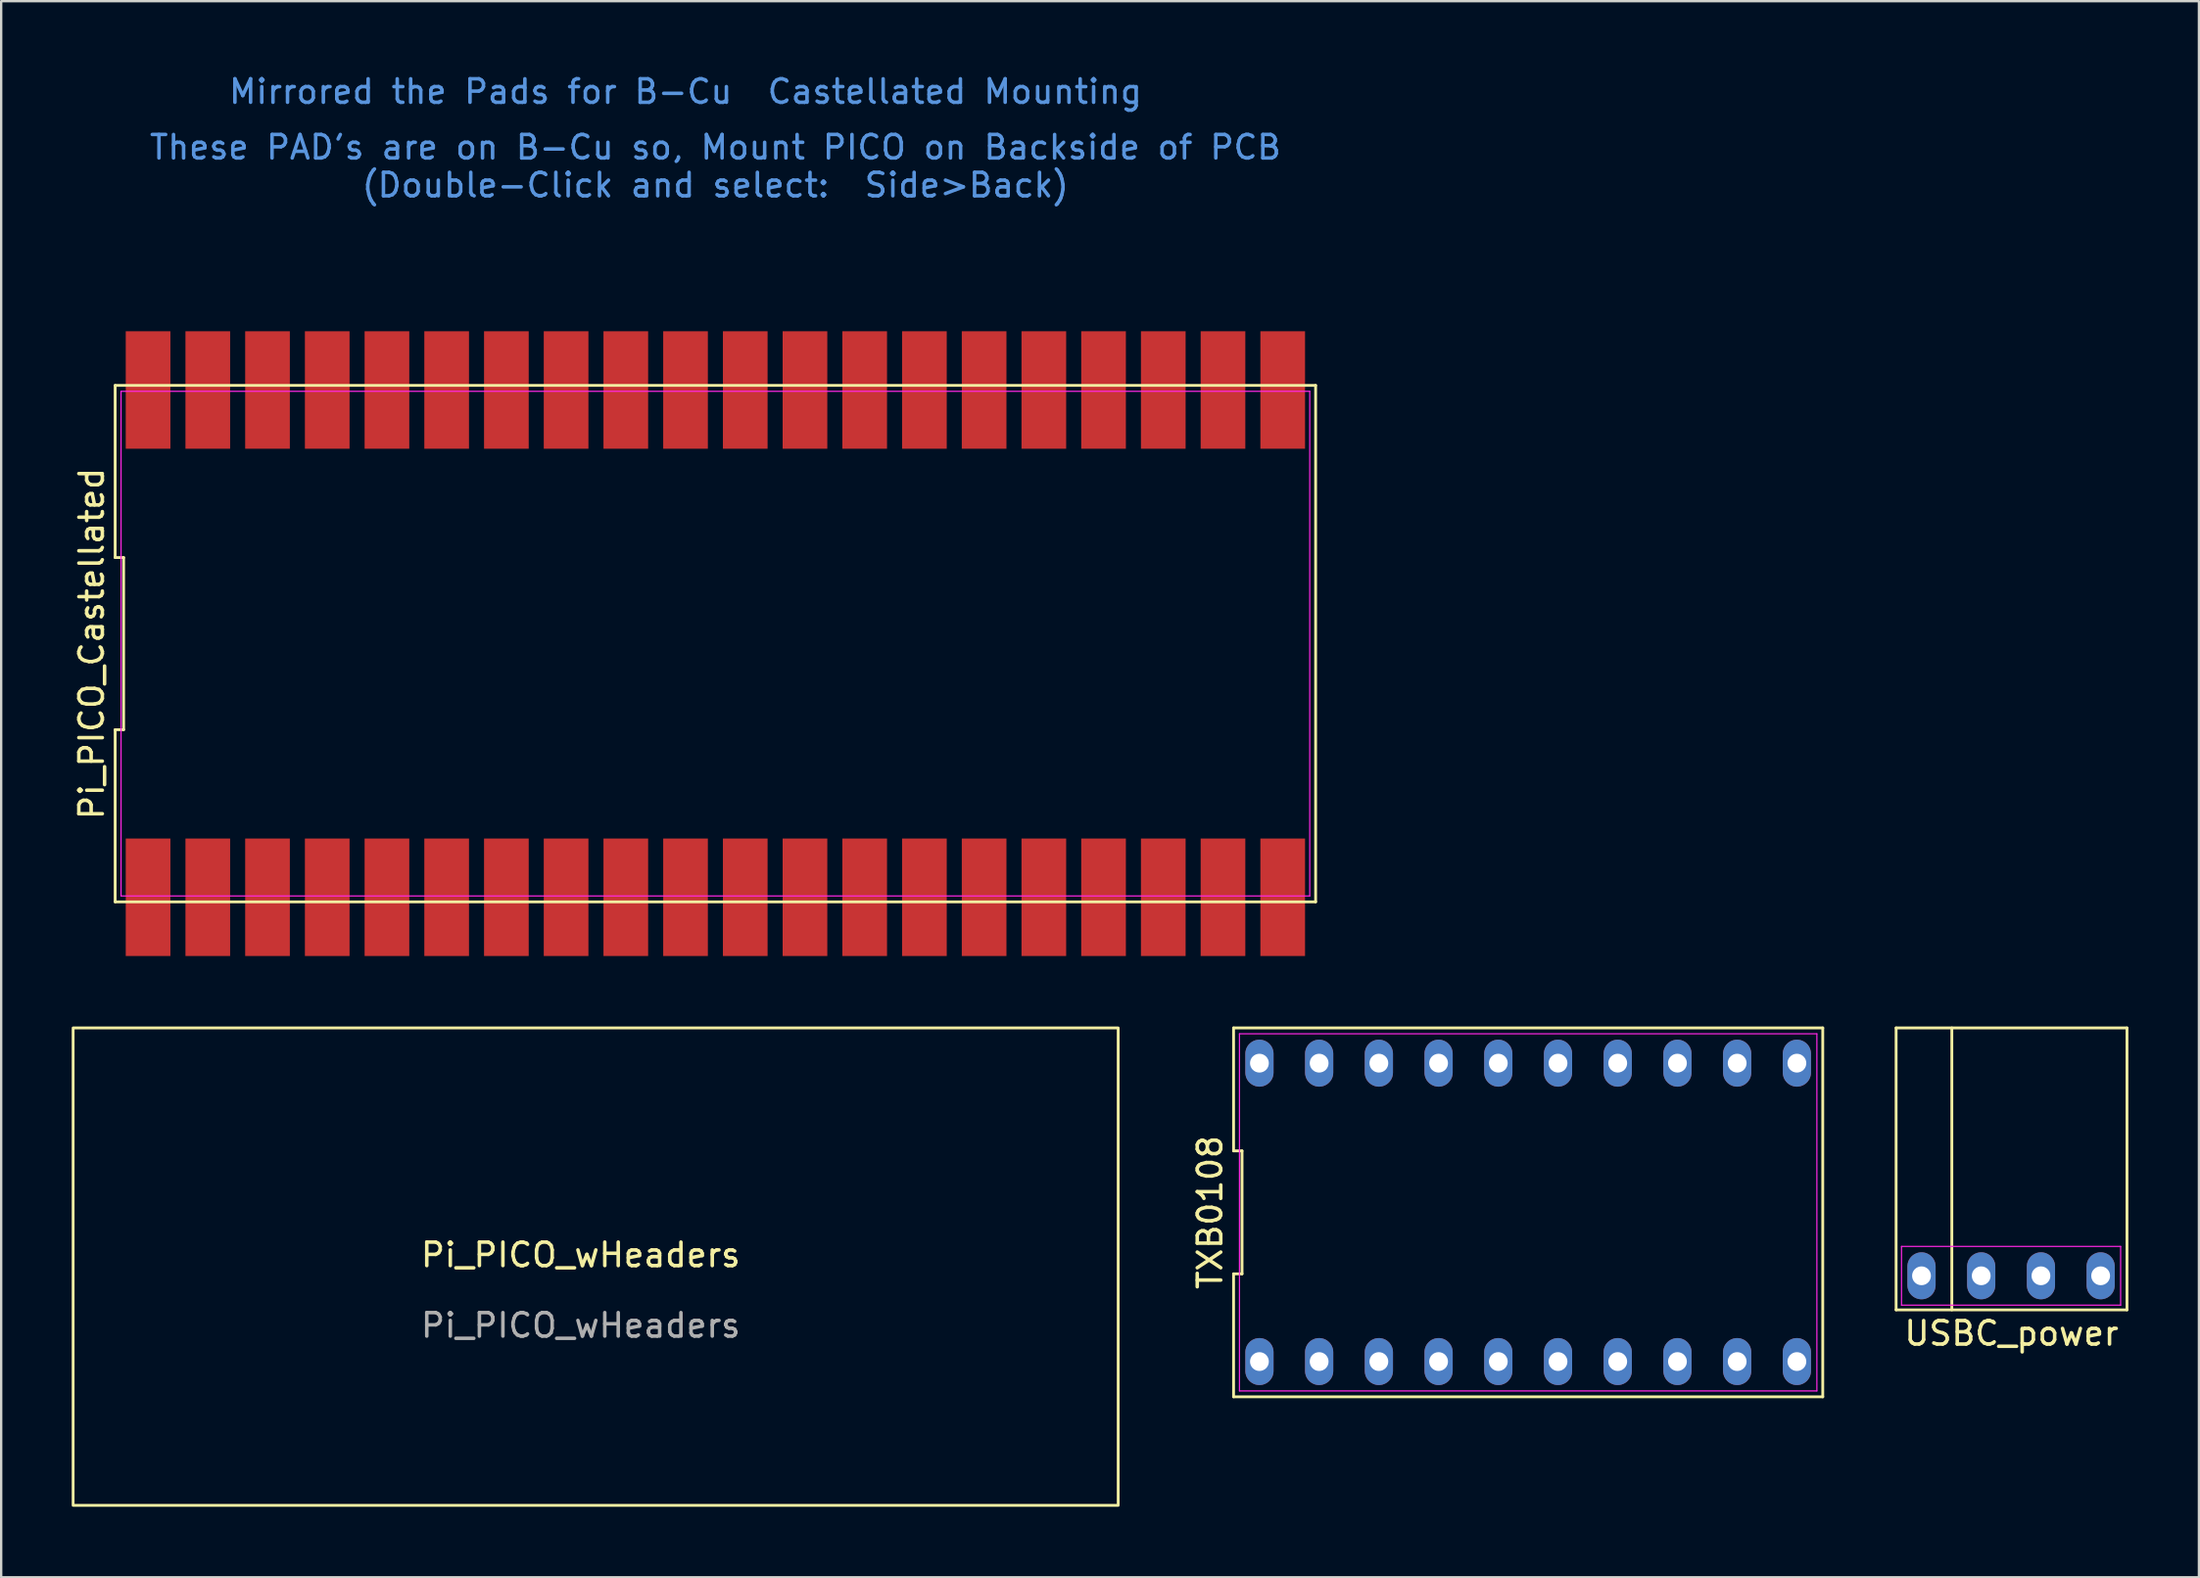
<source format=kicad_pcb>
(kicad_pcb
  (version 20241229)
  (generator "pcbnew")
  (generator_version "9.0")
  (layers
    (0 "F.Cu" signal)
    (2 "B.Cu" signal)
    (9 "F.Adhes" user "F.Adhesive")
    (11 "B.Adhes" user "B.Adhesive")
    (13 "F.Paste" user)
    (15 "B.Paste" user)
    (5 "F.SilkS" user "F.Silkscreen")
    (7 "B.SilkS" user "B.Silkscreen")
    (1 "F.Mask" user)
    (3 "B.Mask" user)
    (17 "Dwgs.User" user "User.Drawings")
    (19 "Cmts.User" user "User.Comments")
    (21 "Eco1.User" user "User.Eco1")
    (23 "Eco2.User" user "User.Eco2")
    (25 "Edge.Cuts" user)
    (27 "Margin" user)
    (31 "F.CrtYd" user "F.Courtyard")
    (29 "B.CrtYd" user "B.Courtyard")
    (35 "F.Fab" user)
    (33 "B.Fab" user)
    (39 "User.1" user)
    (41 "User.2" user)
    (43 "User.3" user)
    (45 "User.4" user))
  (footprint "TXB0108"
    (layer "F.Cu")
    (at 61.948 48.548)
    (property "Reference" "TXB0108" (at -13.53 0 90) (layer "F.SilkS") (effects (font (size 1 1) (thickness 0.15))))
    (attr through_hole)
    (fp_line (start -12.53 -7.85) (end -12.53 -2.617) (stroke (width 0.12) (type default)) (layer "F.SilkS"))
    (fp_line (start -12.53 -2.617) (end -12.17 -2.617) (stroke (width 0.12) (type default)) (layer "F.SilkS"))
    (fp_line (start -12.53 2.617) (end -12.53 7.85) (stroke (width 0.12) (type default)) (layer "F.SilkS"))
    (fp_line (start -12.53 7.85) (end 12.53 7.85) (stroke (width 0.12) (type default)) (layer "F.SilkS"))
    (fp_line (start -12.17 -2.617) (end -12.17 2.617) (stroke (width 0.12) (type default)) (layer "F.SilkS"))
    (fp_line (start -12.17 2.617) (end -12.53 2.617) (stroke (width 0.12) (type default)) (layer "F.SilkS"))
    (fp_line (start 12.53 -7.85) (end -12.53 -7.85) (stroke (width 0.12) (type default)) (layer "F.SilkS"))
    (fp_line (start 12.53 7.85) (end 12.53 -7.85) (stroke (width 0.12) (type default)) (layer "F.SilkS"))
    (fp_line (start -12.28 -7.6) (end 12.28 -7.6) (stroke (width 0.05) (type default)) (layer "F.CrtYd"))
    (fp_line (start -12.28 7.6) (end -12.28 -7.6) (stroke (width 0.05) (type default)) (layer "F.CrtYd"))
    (fp_line (start 12.28 -7.6) (end 12.28 7.6) (stroke (width 0.05) (type default)) (layer "F.CrtYd"))
    (fp_line (start 12.28 7.6) (end -12.28 7.6) (stroke (width 0.05) (type default)) (layer "F.CrtYd"))
    (pad "1" thru_hole oval (at -11.43 6.35) (size 1.2 2) (drill 0.8) (layers "*.Cu" "*.Mask"))
    (pad "2" thru_hole oval (at -8.89 6.35) (size 1.2 2) (drill 0.8) (layers "*.Cu" "*.Mask"))
    (pad "3" thru_hole oval (at -6.35 6.35) (size 1.2 2) (drill 0.8) (layers "*.Cu" "*.Mask"))
    (pad "4" thru_hole oval (at -3.81 6.35) (size 1.2 2) (drill 0.8) (layers "*.Cu" "*.Mask"))
    (pad "5" thru_hole oval (at -1.27 6.35) (size 1.2 2) (drill 0.8) (layers "*.Cu" "*.Mask"))
    (pad "6" thru_hole oval (at 1.27 6.35) (size 1.2 2) (drill 0.8) (layers "*.Cu" "*.Mask"))
    (pad "7" thru_hole oval (at 3.81 6.35) (size 1.2 2) (drill 0.8) (layers "*.Cu" "*.Mask"))
    (pad "8" thru_hole oval (at 6.35 6.35) (size 1.2 2) (drill 0.8) (layers "*.Cu" "*.Mask"))
    (pad "9" thru_hole oval (at 8.89 6.35) (size 1.2 2) (drill 0.8) (layers "*.Cu" "*.Mask"))
    (pad "10" thru_hole oval (at 11.43 6.35) (size 1.2 2) (drill 0.8) (layers "*.Cu" "*.Mask"))
    (pad "11" thru_hole oval (at 11.43 -6.35) (size 1.2 2) (drill 0.8) (layers "*.Cu" "*.Mask"))
    (pad "12" thru_hole oval (at 8.89 -6.35) (size 1.2 2) (drill 0.8) (layers "*.Cu" "*.Mask"))
    (pad "13" thru_hole oval (at 6.35 -6.35) (size 1.2 2) (drill 0.8) (layers "*.Cu" "*.Mask"))
    (pad "14" thru_hole oval (at 3.81 -6.35) (size 1.2 2) (drill 0.8) (layers "*.Cu" "*.Mask"))
    (pad "15" thru_hole oval (at 1.27 -6.35) (size 1.2 2) (drill 0.8) (layers "*.Cu" "*.Mask"))
    (pad "16" thru_hole oval (at -1.27 -6.35) (size 1.2 2) (drill 0.8) (layers "*.Cu" "*.Mask"))
    (pad "17" thru_hole oval (at -3.81 -6.35) (size 1.2 2) (drill 0.8) (layers "*.Cu" "*.Mask"))
    (pad "18" thru_hole oval (at -6.35 -6.35) (size 1.2 2) (drill 0.8) (layers "*.Cu" "*.Mask"))
    (pad "19" thru_hole oval (at -8.89 -6.35) (size 1.2 2) (drill 0.8) (layers "*.Cu" "*.Mask"))
    (pad "20" thru_hole oval (at -11.43 -6.35) (size 1.2 2) (drill 0.8) (layers "*.Cu" "*.Mask")))
  (footprint "Pi_PICO_Castellated"
    (layer "F.Cu")
    (at 27.378 24.343)
    (property "Reference" "Pi_PICO_Castellated" (at -26.53 0 90) (layer "F.SilkS") (effects (font (size 1 1) (thickness 0.15))))
    (fp_line (start -25.53 -10.99) (end -25.53 -3.663) (stroke (width 0.12) (type solid)) (layer "F.SilkS"))
    (fp_line (start -25.53 -3.663) (end -25.17 -3.663) (stroke (width 0.12) (type solid)) (layer "F.SilkS"))
    (fp_line (start -25.53 3.663) (end -25.53 10.99) (stroke (width 0.12) (type solid)) (layer "F.SilkS"))
    (fp_line (start -25.53 10.99) (end 25.53 10.99) (stroke (width 0.12) (type solid)) (layer "F.SilkS"))
    (fp_line (start -25.17 -3.663) (end -25.17 3.663) (stroke (width 0.12) (type solid)) (layer "F.SilkS"))
    (fp_line (start -25.17 3.663) (end -25.53 3.663) (stroke (width 0.12) (type solid)) (layer "F.SilkS"))
    (fp_line (start 25.53 -10.99) (end -25.53 -10.99) (stroke (width 0.12) (type solid)) (layer "F.SilkS"))
    (fp_line (start 25.53 10.99) (end 25.53 -10.99) (stroke (width 0.12) (type solid)) (layer "F.SilkS"))
    (fp_line (start -25.28 -10.74) (end 25.28 -10.74) (stroke (width 0.05) (type solid)) (layer "F.CrtYd"))
    (fp_line (start -25.28 10.74) (end -25.28 -10.74) (stroke (width 0.05) (type solid)) (layer "F.CrtYd"))
    (fp_line (start 25.28 -10.74) (end 25.28 10.74) (stroke (width 0.05) (type solid)) (layer "F.CrtYd"))
    (fp_line (start 25.28 10.74) (end -25.28 10.74) (stroke (width 0.05) (type solid)) (layer "F.CrtYd"))
    (fp_text user "These PAD's are on B-Cu so, Mount PICO on Backside of PCB\n(Double-Click and select:  Side>Back)" (at 0 -20.32 0) (layer "Cmts.User") (effects (font (size 1 1) (thickness 0.15))))
    (fp_text user "Mirrored the Pads for B-Cu  Castellated Mounting" (at -1.27 -23.495 180) (layer "Cmts.User") (effects (font (size 1 1) (thickness 0.15))))
    (pad "1" smd rect (at -24.13 -10.795) (size 1.9 5) (property pad_prop_castellated) (layers "F.Cu" "F.Mask" "F.Paste"))
    (pad "2" smd rect (at -21.59 -10.795) (size 1.9 5) (property pad_prop_castellated) (layers "F.Cu" "F.Mask" "F.Paste"))
    (pad "3" smd rect (at -19.05 -10.795) (size 1.9 5) (property pad_prop_castellated) (layers "F.Cu" "F.Mask" "F.Paste"))
    (pad "4" smd rect (at -16.51 -10.795) (size 1.9 5) (property pad_prop_castellated) (layers "F.Cu" "F.Mask" "F.Paste"))
    (pad "5" smd rect (at -13.97 -10.795) (size 1.9 5) (property pad_prop_castellated) (layers "F.Cu" "F.Mask" "F.Paste"))
    (pad "6" smd rect (at -11.43 -10.795) (size 1.9 5) (property pad_prop_castellated) (layers "F.Cu" "F.Mask" "F.Paste"))
    (pad "7" smd rect (at -8.89 -10.795) (size 1.9 5) (property pad_prop_castellated) (layers "F.Cu" "F.Mask" "F.Paste"))
    (pad "8" smd rect (at -6.35 -10.795) (size 1.9 5) (property pad_prop_castellated) (layers "F.Cu" "F.Mask" "F.Paste"))
    (pad "9" smd rect (at -3.81 -10.795) (size 1.9 5) (property pad_prop_castellated) (layers "F.Cu" "F.Mask" "F.Paste"))
    (pad "10" smd rect (at -1.27 -10.795) (size 1.9 5) (property pad_prop_castellated) (layers "F.Cu" "F.Mask" "F.Paste"))
    (pad "11" smd rect (at 1.27 -10.795) (size 1.9 5) (property pad_prop_castellated) (layers "F.Cu" "F.Mask" "F.Paste"))
    (pad "12" smd rect (at 3.81 -10.795) (size 1.9 5) (property pad_prop_castellated) (layers "F.Cu" "F.Mask" "F.Paste"))
    (pad "13" smd rect (at 6.35 -10.795) (size 1.9 5) (property pad_prop_castellated) (layers "F.Cu" "F.Mask" "F.Paste"))
    (pad "14" smd rect (at 8.89 -10.795) (size 1.9 5) (property pad_prop_castellated) (layers "F.Cu" "F.Mask" "F.Paste"))
    (pad "15" smd rect (at 11.43 -10.795) (size 1.9 5) (property pad_prop_castellated) (layers "F.Cu" "F.Mask" "F.Paste"))
    (pad "16" smd rect (at 13.97 -10.795) (size 1.9 5) (property pad_prop_castellated) (layers "F.Cu" "F.Mask" "F.Paste"))
    (pad "17" smd rect (at 16.51 -10.795) (size 1.9 5) (property pad_prop_castellated) (layers "F.Cu" "F.Mask" "F.Paste"))
    (pad "18" smd rect (at 19.05 -10.795) (size 1.9 5) (property pad_prop_castellated) (layers "F.Cu" "F.Mask" "F.Paste"))
    (pad "19" smd rect (at 21.59 -10.795) (size 1.9 5) (property pad_prop_castellated) (layers "F.Cu" "F.Mask" "F.Paste"))
    (pad "20" smd rect (at 24.13 -10.795) (size 1.9 5) (property pad_prop_castellated) (layers "F.Cu" "F.Mask" "F.Paste"))
    (pad "21" smd rect (at 24.13 10.795) (size 1.9 5) (property pad_prop_castellated) (layers "F.Cu" "F.Mask" "F.Paste"))
    (pad "22" smd rect (at 21.59 10.795) (size 1.9 5) (property pad_prop_castellated) (layers "F.Cu" "F.Mask" "F.Paste"))
    (pad "23" smd rect (at 19.05 10.795) (size 1.9 5) (property pad_prop_castellated) (layers "F.Cu" "F.Mask" "F.Paste"))
    (pad "24" smd rect (at 16.51 10.795) (size 1.9 5) (property pad_prop_castellated) (layers "F.Cu" "F.Mask" "F.Paste"))
    (pad "25" smd rect (at 13.97 10.795) (size 1.9 5) (property pad_prop_castellated) (layers "F.Cu" "F.Mask" "F.Paste"))
    (pad "26" smd rect (at 11.43 10.795) (size 1.9 5) (property pad_prop_castellated) (layers "F.Cu" "F.Mask" "F.Paste"))
    (pad "27" smd rect (at 8.89 10.795) (size 1.9 5) (property pad_prop_castellated) (layers "F.Cu" "F.Mask" "F.Paste"))
    (pad "28" smd rect (at 6.35 10.795) (size 1.9 5) (property pad_prop_castellated) (layers "F.Cu" "F.Mask" "F.Paste"))
    (pad "29" smd rect (at 3.81 10.795) (size 1.9 5) (property pad_prop_castellated) (layers "F.Cu" "F.Mask" "F.Paste"))
    (pad "30" smd rect (at 1.27 10.795) (size 1.9 5) (property pad_prop_castellated) (layers "F.Cu" "F.Mask" "F.Paste"))
    (pad "31" smd rect (at -1.27 10.795) (size 1.9 5) (property pad_prop_castellated) (layers "F.Cu" "F.Mask" "F.Paste"))
    (pad "32" smd rect (at -3.81 10.795) (size 1.9 5) (property pad_prop_castellated) (layers "F.Cu" "F.Mask" "F.Paste"))
    (pad "33" smd rect (at -6.35 10.795) (size 1.9 5) (property pad_prop_castellated) (layers "F.Cu" "F.Mask" "F.Paste"))
    (pad "34" smd rect (at -8.89 10.795) (size 1.9 5) (property pad_prop_castellated) (layers "F.Cu" "F.Mask" "F.Paste"))
    (pad "35" smd rect (at -11.43 10.795) (size 1.9 5) (property pad_prop_castellated) (layers "F.Cu" "F.Mask" "F.Paste"))
    (pad "36" smd rect (at -13.97 10.795) (size 1.9 5) (property pad_prop_castellated) (layers "F.Cu" "F.Mask" "F.Paste"))
    (pad "37" smd rect (at -16.51 10.795) (size 1.9 5) (property pad_prop_castellated) (layers "F.Cu" "F.Mask" "F.Paste"))
    (pad "38" smd rect (at -19.05 10.795) (size 1.9 5) (property pad_prop_castellated) (layers "F.Cu" "F.Mask" "F.Paste"))
    (pad "39" smd rect (at -21.59 10.795) (size 1.9 5) (property pad_prop_castellated) (layers "F.Cu" "F.Mask" "F.Paste"))
    (pad "40" smd rect (at -24.13 10.795) (size 1.9 5) (property pad_prop_castellated) (layers "F.Cu" "F.Mask" "F.Paste")))
  (footprint "Pi_PICO_wHeaders"
    (layer "F.Cu")
    (at 21.65 50.858)
    (property "Reference" "Pi_PICO_wHeaders" (at 0 -0.5 0) (unlocked yes) (layer "F.SilkS") (effects (font (size 1 1) (thickness 0.15))))
    (fp_rect (start -21.59 10.16) (end 22.86 -10.16) (stroke (width 0.12) (type solid)) (fill no) (layer "F.SilkS"))
    (fp_text user "${REFERENCE}" (at 0 2.5 0) (unlocked yes) (layer "F.Fab") (effects (font (size 1 1) (thickness 0.15)))))
  (footprint "USBC_power"
    (layer "F.Cu")
    (at 82.508 46.698)
    (property "Reference" "USBC_power" (at 0 7 0) (layer "F.SilkS") (effects (font (size 1 1) (thickness 0.15))))
    (attr through_hole)
    (fp_line (start -4.91 -6) (end 4.91 -6) (stroke (width 0.12) (type default)) (layer "F.SilkS"))
    (fp_line (start -4.91 6) (end -4.91 -6) (stroke (width 0.12) (type default)) (layer "F.SilkS"))
    (fp_line (start -2.54 -6) (end -2.54 6) (stroke (width 0.12) (type default)) (layer "F.SilkS"))
    (fp_line (start 4.91 -6) (end 4.91 6) (stroke (width 0.12) (type default)) (layer "F.SilkS"))
    (fp_line (start 4.91 6) (end -4.91 6) (stroke (width 0.12) (type default)) (layer "F.SilkS"))
    (fp_line (start -4.68 3.3) (end 4.64 3.3) (stroke (width 0.05) (type default)) (layer "F.CrtYd"))
    (fp_line (start -4.68 5.8) (end -4.68 3.3) (stroke (width 0.05) (type default)) (layer "F.CrtYd"))
    (fp_line (start 4.64 3.3) (end 4.64 5.8) (stroke (width 0.05) (type default)) (layer "F.CrtYd"))
    (fp_line (start 4.64 5.8) (end -4.68 5.8) (stroke (width 0.05) (type default)) (layer "F.CrtYd"))
    (pad "1" thru_hole oval (at -3.83 4.55) (size 1.2 2) (drill 0.8) (layers "*.Cu" "*.Mask"))
    (pad "2" thru_hole oval (at -1.29 4.55) (size 1.2 2) (drill 0.8) (layers "*.Cu" "*.Mask"))
    (pad "3" thru_hole oval (at 1.25 4.55) (size 1.2 2) (drill 0.8) (layers "*.Cu" "*.Mask"))
    (pad "4" thru_hole oval (at 3.79 4.55) (size 1.2 2) (drill 0.8) (layers "*.Cu" "*.Mask")))
  (gr_rect
    (start -3 -3)
    (end 90.478 64.078)
    (stroke (width 0.1) (type default))
    (fill no)
    (layer "Edge.Cuts")))
</source>
